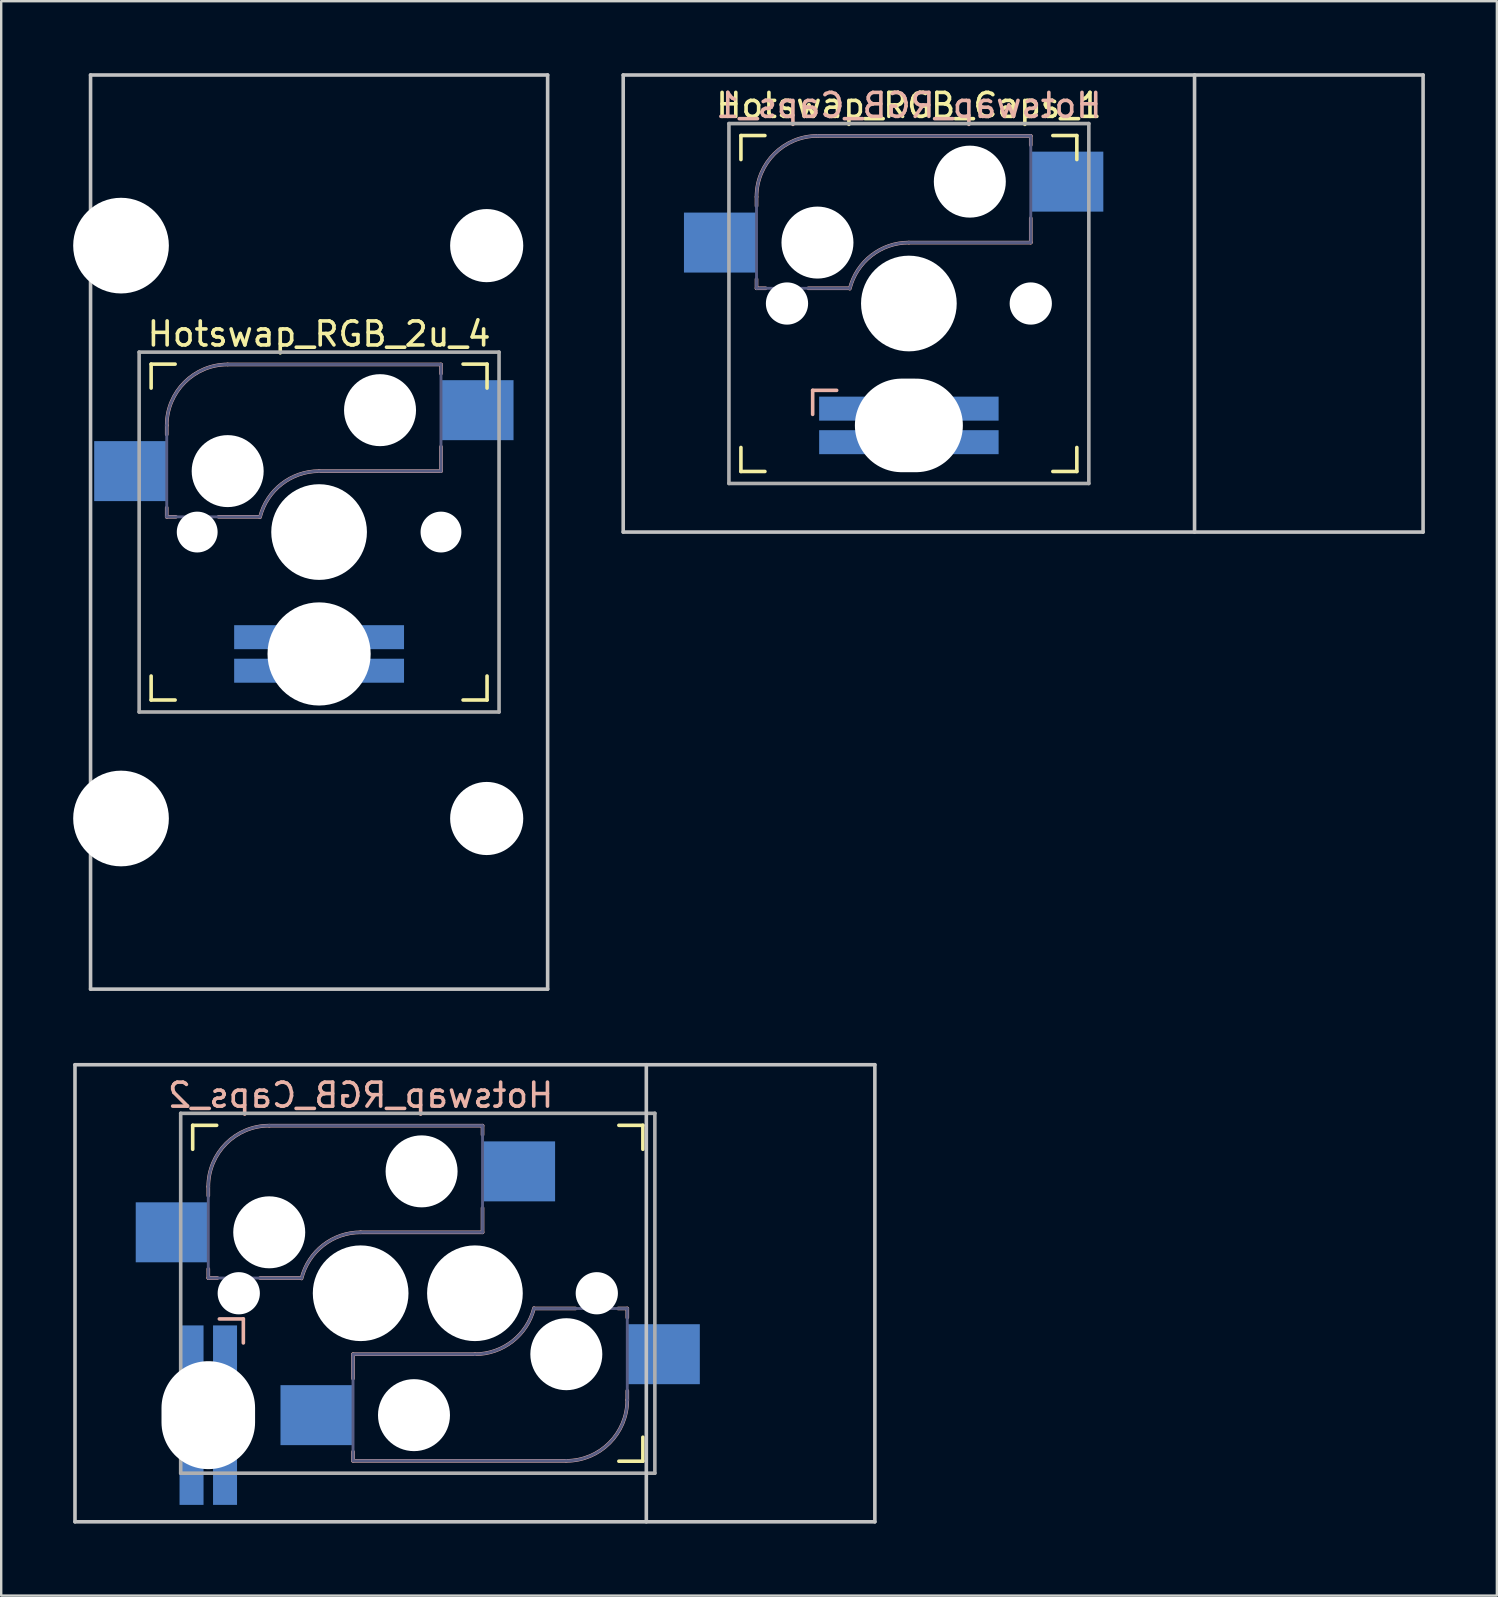
<source format=kicad_pcb>
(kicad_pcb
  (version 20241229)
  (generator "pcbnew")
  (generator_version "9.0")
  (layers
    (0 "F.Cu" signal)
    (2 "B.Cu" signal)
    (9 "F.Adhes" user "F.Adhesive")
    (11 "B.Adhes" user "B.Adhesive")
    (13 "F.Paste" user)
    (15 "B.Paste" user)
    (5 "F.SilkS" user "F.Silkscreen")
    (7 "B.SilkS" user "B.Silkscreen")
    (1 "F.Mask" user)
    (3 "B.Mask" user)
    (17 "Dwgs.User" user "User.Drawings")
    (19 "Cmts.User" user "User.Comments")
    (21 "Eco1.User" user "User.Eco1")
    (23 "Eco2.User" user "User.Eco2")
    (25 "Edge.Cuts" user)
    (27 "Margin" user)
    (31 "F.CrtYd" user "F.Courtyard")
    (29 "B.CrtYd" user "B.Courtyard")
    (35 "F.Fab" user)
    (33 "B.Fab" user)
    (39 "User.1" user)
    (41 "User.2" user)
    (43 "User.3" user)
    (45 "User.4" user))
  (footprint "Hotswap_RGB_Caps_1"
    (layer "F.Cu")
    (at 34.83 9.6)
    (property "Reference" "Hotswap_RGB_Caps_1" (at 0 -8.255 0) (layer "F.SilkS") (effects (font (size 1 1) (thickness 0.15))))
    (attr through_hole)
    (fp_line (start -7 -6) (end -7 -7) (stroke (width 0.15) (type solid)) (layer "F.SilkS"))
    (fp_line (start -7 7) (end -7 6) (stroke (width 0.15) (type solid)) (layer "F.SilkS"))
    (fp_line (start -7 7) (end -6 7) (stroke (width 0.15) (type solid)) (layer "F.SilkS"))
    (fp_line (start -6 -7) (end -7 -7) (stroke (width 0.15) (type solid)) (layer "F.SilkS"))
    (fp_line (start 6 7) (end 7 7) (stroke (width 0.15) (type solid)) (layer "F.SilkS"))
    (fp_line (start 7 -7) (end 6 -7) (stroke (width 0.15) (type solid)) (layer "F.SilkS"))
    (fp_line (start 7 -7) (end 7 -6) (stroke (width 0.15) (type solid)) (layer "F.SilkS"))
    (fp_line (start 7 6) (end 7 7) (stroke (width 0.15) (type solid)) (layer "F.SilkS"))
    (fp_line (start -6.35 -4.445) (end -6.35 -4.064) (stroke (width 0.15) (type solid)) (layer "B.SilkS"))
    (fp_line (start -6.35 -1.016) (end -6.35 -0.635) (stroke (width 0.15) (type solid)) (layer "B.SilkS"))
    (fp_line (start -6.35 -0.635) (end -5.969 -0.635) (stroke (width 0.15) (type solid)) (layer "B.SilkS"))
    (fp_line (start -4.191 -0.635) (end -2.54 -0.635) (stroke (width 0.15) (type solid)) (layer "B.SilkS"))
    (fp_line (start -4.01 4.62) (end -4.01 3.619) (stroke (width 0.15) (type solid)) (layer "B.SilkS"))
    (fp_line (start -3.01 3.619) (end -4.01 3.619) (stroke (width 0.15) (type solid)) (layer "B.SilkS"))
    (fp_line (start 0 -2.54) (end 5.08 -2.54) (stroke (width 0.15) (type solid)) (layer "B.SilkS"))
    (fp_line (start 5.08 -6.985) (end -3.81 -6.985) (stroke (width 0.15) (type solid)) (layer "B.SilkS"))
    (fp_line (start 5.08 -6.604) (end 5.08 -6.985) (stroke (width 0.15) (type solid)) (layer "B.SilkS"))
    (fp_line (start 5.08 -2.54) (end 5.08 -3.556) (stroke (width 0.15) (type solid)) (layer "B.SilkS"))
    (fp_arc (start -6.35 -4.445) (mid -5.606051 -6.241051) (end -3.81 -6.985) (stroke (width 0.15) (type solid)) (layer "B.SilkS"))
    (fp_arc (start -2.464162 -0.61604) (mid -1.563147 -2.002042) (end 0 -2.54) (stroke (width 0.15) (type solid)) (layer "B.SilkS"))
    (fp_line (start -11.906 -9.525) (end 21.431 -9.525) (stroke (width 0.15) (type solid)) (layer "Dwgs.User"))
    (fp_line (start -11.906 9.525) (end -11.906 -9.525) (stroke (width 0.15) (type solid)) (layer "Dwgs.User"))
    (fp_line (start -11.906 9.525) (end 21.431 9.525) (stroke (width 0.15) (type solid)) (layer "Dwgs.User"))
    (fp_line (start 11.906 -9.525) (end 11.906 9.525) (stroke (width 0.15) (type solid)) (layer "Dwgs.User"))
    (fp_line (start 21.431 -9.525) (end 21.431 9.525) (stroke (width 0.15) (type solid)) (layer "Dwgs.User"))
    (fp_line (start -6.9 6.9) (end -6.9 -6.9) (stroke (width 0.15) (type solid)) (layer "Eco2.User"))
    (fp_line (start -6.9 6.9) (end 6.9 6.9) (stroke (width 0.15) (type solid)) (layer "Eco2.User"))
    (fp_line (start 6.9 -6.9) (end -6.9 -6.9) (stroke (width 0.15) (type solid)) (layer "Eco2.User"))
    (fp_line (start 6.9 -6.9) (end 6.9 6.9) (stroke (width 0.15) (type solid)) (layer "Eco2.User"))
    (fp_line (start -6.35 -4.445) (end -6.35 -0.635) (stroke (width 0.12) (type solid)) (layer "B.Fab"))
    (fp_line (start -6.35 -0.635) (end -2.54 -0.635) (stroke (width 0.12) (type solid)) (layer "B.Fab"))
    (fp_line (start 0 -2.54) (end 5.08 -2.54) (stroke (width 0.12) (type solid)) (layer "B.Fab"))
    (fp_line (start 5.08 -6.985) (end -3.81 -6.985) (stroke (width 0.12) (type solid)) (layer "B.Fab"))
    (fp_line (start 5.08 -2.54) (end 5.08 -6.985) (stroke (width 0.12) (type solid)) (layer "B.Fab"))
    (fp_arc (start -6.35 -4.445) (mid -5.606051 -6.241051) (end -3.81 -6.985) (stroke (width 0.12) (type solid)) (layer "B.Fab"))
    (fp_arc (start -2.464162 -0.61604) (mid -1.563147 -2.002042) (end 0 -2.54) (stroke (width 0.12) (type solid)) (layer "B.Fab"))
    (fp_line (start -7.5 -7.5) (end 7.5 -7.5) (stroke (width 0.15) (type solid)) (layer "F.Fab"))
    (fp_line (start -7.5 7.5) (end -7.5 -7.5) (stroke (width 0.15) (type solid)) (layer "F.Fab"))
    (fp_line (start 7.5 -7.5) (end 7.5 7.5) (stroke (width 0.15) (type solid)) (layer "F.Fab"))
    (fp_line (start 7.5 7.5) (end -7.5 7.5) (stroke (width 0.15) (type solid)) (layer "F.Fab"))
    (fp_text user "${REFERENCE}" (at 0 -8.255 0) (layer "B.SilkS") (effects (font (size 1 1) (thickness 0.15)) (justify mirror)))
    (pad "" np_thru_hole circle (at -5.08 0 180) (size 1.76 1.76) (drill 1.76) (layers "*.Cu" "*.Mask"))
    (pad "" np_thru_hole circle (at -3.81 -2.54 180) (size 3 3) (drill 3) (layers "*.Cu" "*.Mask"))
    (pad "" np_thru_hole circle (at 0 0 180) (size 3.988 3.988) (drill 3.988) (layers "*.Cu" "*.Mask"))
    (pad "" np_thru_hole oval (at 0 5.08 180) (size 4.5 3.9) (drill oval 4.5 3.9) (layers "*.Cu" "*.Mask"))
    (pad "" np_thru_hole circle (at 2.54 -5.08 180) (size 3 3) (drill 3) (layers "*.Cu" "*.Mask"))
    (pad "" np_thru_hole circle (at 5.08 0 180) (size 1.76 1.76) (drill 1.76) (layers "*.Cu" "*.Mask"))
    (pad "1" smd rect (at -7.874 -2.54 180) (size 3 2.5) (layers "B.Cu" "B.Mask" "B.Paste"))
    (pad "2" smd rect (at 6.604 -5.08 180) (size 3 2.5) (layers "B.Cu" "B.Mask" "B.Paste"))
    (pad "A" smd rect (at -2.74 4.381 270) (size 1 2) (layers "B.Cu" "B.Mask" "B.Paste"))
    (pad "B" smd rect (at -2.74 5.779 270) (size 1 2) (layers "B.Cu" "B.Mask" "B.Paste"))
    (pad "G" smd rect (at 2.74 5.779 270) (size 1 2) (layers "B.Cu" "B.Mask" "B.Paste"))
    (pad "R" smd rect (at 2.74 4.381 270) (size 1 2) (layers "B.Cu" "B.Mask" "B.Paste")))
  (footprint "Hotswap_RGB_2u_4"
    (layer "F.Cu")
    (at 10.249 19.125)
    (property "Reference" "Hotswap_RGB_2u_4" (at 0 -8.255 0) (layer "F.SilkS") (effects (font (size 1 1) (thickness 0.15))))
    (attr through_hole)
    (fp_line (start -7 -6) (end -7 -7) (stroke (width 0.15) (type solid)) (layer "F.SilkS"))
    (fp_line (start -7 7) (end -7 6) (stroke (width 0.15) (type solid)) (layer "F.SilkS"))
    (fp_line (start -7 7) (end -6 7) (stroke (width 0.15) (type solid)) (layer "F.SilkS"))
    (fp_line (start -6 -7) (end -7 -7) (stroke (width 0.15) (type solid)) (layer "F.SilkS"))
    (fp_line (start 6 7) (end 7 7) (stroke (width 0.15) (type solid)) (layer "F.SilkS"))
    (fp_line (start 7 -7) (end 6 -7) (stroke (width 0.15) (type solid)) (layer "F.SilkS"))
    (fp_line (start 7 -7) (end 7 -6) (stroke (width 0.15) (type solid)) (layer "F.SilkS"))
    (fp_line (start 7 6) (end 7 7) (stroke (width 0.15) (type solid)) (layer "F.SilkS"))
    (fp_line (start -6.35 -4.445) (end -6.35 -4.064) (stroke (width 0.15) (type solid)) (layer "B.SilkS"))
    (fp_line (start -6.35 -1.016) (end -6.35 -0.635) (stroke (width 0.15) (type solid)) (layer "B.SilkS"))
    (fp_line (start -6.35 -0.635) (end -5.969 -0.635) (stroke (width 0.15) (type solid)) (layer "B.SilkS"))
    (fp_line (start -4.191 -0.635) (end -2.54 -0.635) (stroke (width 0.15) (type solid)) (layer "B.SilkS"))
    (fp_line (start 0 -2.54) (end 5.08 -2.54) (stroke (width 0.15) (type solid)) (layer "B.SilkS"))
    (fp_line (start 5.08 -6.985) (end -3.81 -6.985) (stroke (width 0.15) (type solid)) (layer "B.SilkS"))
    (fp_line (start 5.08 -6.604) (end 5.08 -6.985) (stroke (width 0.15) (type solid)) (layer "B.SilkS"))
    (fp_line (start 5.08 -2.54) (end 5.08 -3.556) (stroke (width 0.15) (type solid)) (layer "B.SilkS"))
    (fp_arc (start -6.35 -4.445) (mid -5.606051 -6.241051) (end -3.81 -6.985) (stroke (width 0.15) (type solid)) (layer "B.SilkS"))
    (fp_arc (start -2.464162 -0.61604) (mid -1.563147 -2.002042) (end 0 -2.54) (stroke (width 0.15) (type solid)) (layer "B.SilkS"))
    (fp_line (start -9.525 -19.05) (end 9.525 -19.05) (stroke (width 0.15) (type solid)) (layer "Dwgs.User"))
    (fp_line (start -9.525 19.05) (end -9.525 -19.05) (stroke (width 0.15) (type solid)) (layer "Dwgs.User"))
    (fp_line (start 9.525 -19.05) (end 9.525 19.05) (stroke (width 0.15) (type solid)) (layer "Dwgs.User"))
    (fp_line (start 9.525 19.05) (end -9.525 19.05) (stroke (width 0.15) (type solid)) (layer "Dwgs.User"))
    (fp_line (start -6.9 6.9) (end -6.9 -6.9) (stroke (width 0.15) (type solid)) (layer "Eco2.User"))
    (fp_line (start -6.9 6.9) (end 6.9 6.9) (stroke (width 0.15) (type solid)) (layer "Eco2.User"))
    (fp_line (start -6.096 -13.589) (end -6.096 -10.287) (stroke (width 0.152) (type solid)) (layer "Eco2.User"))
    (fp_line (start -6.096 -10.287) (end 5.334 -10.287) (stroke (width 0.152) (type solid)) (layer "Eco2.User"))
    (fp_line (start -6.096 10.287) (end -6.096 13.589) (stroke (width 0.152) (type solid)) (layer "Eco2.User"))
    (fp_line (start -6.096 13.589) (end 5.334 13.589) (stroke (width 0.152) (type solid)) (layer "Eco2.User"))
    (fp_line (start 5.334 -13.589) (end -6.096 -13.589) (stroke (width 0.152) (type solid)) (layer "Eco2.User"))
    (fp_line (start 5.334 -10.287) (end 5.334 -13.589) (stroke (width 0.152) (type solid)) (layer "Eco2.User"))
    (fp_line (start 5.334 10.287) (end -6.096 10.287) (stroke (width 0.152) (type solid)) (layer "Eco2.User"))
    (fp_line (start 5.334 13.589) (end 5.334 10.287) (stroke (width 0.152) (type solid)) (layer "Eco2.User"))
    (fp_line (start 6.9 -6.9) (end -6.9 -6.9) (stroke (width 0.15) (type solid)) (layer "Eco2.User"))
    (fp_line (start 6.9 -6.9) (end 6.9 6.9) (stroke (width 0.15) (type solid)) (layer "Eco2.User"))
    (fp_line (start -6.35 -4.445) (end -6.35 -0.635) (stroke (width 0.12) (type solid)) (layer "B.Fab"))
    (fp_line (start -6.35 -0.635) (end -2.54 -0.635) (stroke (width 0.12) (type solid)) (layer "B.Fab"))
    (fp_line (start 0 -2.54) (end 5.08 -2.54) (stroke (width 0.12) (type solid)) (layer "B.Fab"))
    (fp_line (start 5.08 -6.985) (end -3.81 -6.985) (stroke (width 0.12) (type solid)) (layer "B.Fab"))
    (fp_line (start 5.08 -2.54) (end 5.08 -6.985) (stroke (width 0.12) (type solid)) (layer "B.Fab"))
    (fp_arc (start -6.35 -4.445) (mid -5.606051 -6.241051) (end -3.81 -6.985) (stroke (width 0.12) (type solid)) (layer "B.Fab"))
    (fp_arc (start -2.464162 -0.61604) (mid -1.563147 -2.002042) (end 0 -2.54) (stroke (width 0.12) (type solid)) (layer "B.Fab"))
    (fp_line (start -7.5 -7.5) (end 7.5 -7.5) (stroke (width 0.15) (type solid)) (layer "F.Fab"))
    (fp_line (start -7.5 7.5) (end -7.5 -7.5) (stroke (width 0.15) (type solid)) (layer "F.Fab"))
    (fp_line (start 7.5 -7.5) (end 7.5 7.5) (stroke (width 0.15) (type solid)) (layer "F.Fab"))
    (fp_line (start 7.5 7.5) (end -7.5 7.5) (stroke (width 0.15) (type solid)) (layer "F.Fab"))
    (pad "" np_thru_hole circle (at -8.255 -11.938 270) (size 3.988 3.988) (drill 3.988) (layers "*.Cu" "*.Mask"))
    (pad "" np_thru_hole circle (at -8.255 11.938 270) (size 3.988 3.988) (drill 3.988) (layers "*.Cu" "*.Mask"))
    (pad "" np_thru_hole circle (at -5.08 0 180) (size 1.702 1.702) (drill 1.702) (layers "*.Cu" "*.Mask"))
    (pad "" np_thru_hole circle (at -3.81 -2.54 180) (size 3 3) (drill 3) (layers "*.Cu" "*.Mask"))
    (pad "" np_thru_hole circle (at 0 0 180) (size 3.988 3.988) (drill 3.988) (layers "*.Cu" "*.Mask"))
    (pad "" np_thru_hole circle (at 0 5.08 180) (size 4.3 4.3) (drill 4.3) (layers "*.Cu" "*.Mask"))
    (pad "" np_thru_hole circle (at 2.54 -5.08 180) (size 3 3) (drill 3) (layers "*.Cu" "*.Mask"))
    (pad "" np_thru_hole circle (at 5.08 0 180) (size 1.702 1.702) (drill 1.702) (layers "*.Cu" "*.Mask"))
    (pad "" np_thru_hole circle (at 6.985 -11.938 270) (size 3.048 3.048) (drill 3.048) (layers "*.Cu" "*.Mask"))
    (pad "" np_thru_hole circle (at 6.985 11.938 270) (size 3.048 3.048) (drill 3.048) (layers "*.Cu" "*.Mask"))
    (pad "1" smd rect (at -7.874 -2.54 180) (size 3 2.5) (layers "B.Cu" "B.Mask"))
    (pad "2" smd rect (at 6.604 -5.08 180) (size 3 2.5) (layers "B.Cu" "B.Mask"))
    (pad "A" smd rect (at -2.54 4.381 270) (size 1 2) (layers "B.Cu" "B.Mask"))
    (pad "B" smd rect (at -2.54 5.779 270) (size 1 2) (layers "B.Cu" "B.Mask"))
    (pad "G" smd rect (at 2.54 5.779 270) (size 1 2) (layers "B.Cu" "B.Mask"))
    (pad "R" smd rect (at 2.54 4.381 270) (size 1 2) (layers "B.Cu" "B.Mask")))
  (footprint "Hotswap_RGB_Caps_2"
    (layer "F.Cu")
    (at 11.981 50.85)
    (property "Reference" "Hotswap_RGB_Caps_2" (at 0 -8.255 0) (layer "B.SilkS") (effects (font (size 1 1) (thickness 0.15)) (justify mirror)))
    (attr through_hole)
    (fp_line (start -7 -6) (end -7 -7) (stroke (width 0.15) (type solid)) (layer "F.SilkS"))
    (fp_line (start -6 -7) (end -7 -7) (stroke (width 0.15) (type solid)) (layer "F.SilkS"))
    (fp_line (start 10.762 7) (end 11.762 7) (stroke (width 0.15) (type solid)) (layer "F.SilkS"))
    (fp_line (start 11.762 -7) (end 10.762 -7) (stroke (width 0.15) (type solid)) (layer "F.SilkS"))
    (fp_line (start 11.762 -7) (end 11.762 -6) (stroke (width 0.15) (type solid)) (layer "F.SilkS"))
    (fp_line (start 11.762 6) (end 11.762 7) (stroke (width 0.15) (type solid)) (layer "F.SilkS"))
    (fp_line (start -6.35 -4.445) (end -6.35 -4.064) (stroke (width 0.15) (type solid)) (layer "B.SilkS"))
    (fp_line (start -6.35 -1.016) (end -6.35 -0.635) (stroke (width 0.15) (type solid)) (layer "B.SilkS"))
    (fp_line (start -6.35 -0.635) (end -5.969 -0.635) (stroke (width 0.15) (type solid)) (layer "B.SilkS"))
    (fp_line (start -4.889 1.07) (end -5.889 1.07) (stroke (width 0.15) (type solid)) (layer "B.SilkS"))
    (fp_line (start -4.889 1.07) (end -4.889 2.07) (stroke (width 0.15) (type solid)) (layer "B.SilkS"))
    (fp_line (start -4.191 -0.635) (end -2.54 -0.635) (stroke (width 0.15) (type solid)) (layer "B.SilkS"))
    (fp_line (start -0.318 2.54) (end -0.318 3.556) (stroke (width 0.15) (type solid)) (layer "B.SilkS"))
    (fp_line (start -0.318 6.604) (end -0.318 6.985) (stroke (width 0.15) (type solid)) (layer "B.SilkS"))
    (fp_line (start -0.318 6.985) (end 8.572 6.985) (stroke (width 0.15) (type solid)) (layer "B.SilkS"))
    (fp_line (start 0 -2.54) (end 5.08 -2.54) (stroke (width 0.15) (type solid)) (layer "B.SilkS"))
    (fp_line (start 4.763 2.54) (end -0.318 2.54) (stroke (width 0.15) (type solid)) (layer "B.SilkS"))
    (fp_line (start 5.08 -6.985) (end -3.81 -6.985) (stroke (width 0.15) (type solid)) (layer "B.SilkS"))
    (fp_line (start 5.08 -6.604) (end 5.08 -6.985) (stroke (width 0.15) (type solid)) (layer "B.SilkS"))
    (fp_line (start 5.08 -2.54) (end 5.08 -3.556) (stroke (width 0.15) (type solid)) (layer "B.SilkS"))
    (fp_line (start 8.954 0.635) (end 7.303 0.635) (stroke (width 0.15) (type solid)) (layer "B.SilkS"))
    (fp_line (start 11.113 0.635) (end 10.732 0.635) (stroke (width 0.15) (type solid)) (layer "B.SilkS"))
    (fp_line (start 11.113 1.016) (end 11.113 0.635) (stroke (width 0.15) (type solid)) (layer "B.SilkS"))
    (fp_line (start 11.113 4.445) (end 11.113 4.064) (stroke (width 0.15) (type solid)) (layer "B.SilkS"))
    (fp_arc (start -6.35 -4.445) (mid -5.606051 -6.241051) (end -3.81 -6.985) (stroke (width 0.15) (type solid)) (layer "B.SilkS"))
    (fp_arc (start -2.464162 -0.61604) (mid -1.563147 -2.002042) (end 0 -2.54) (stroke (width 0.15) (type solid)) (layer "B.SilkS"))
    (fp_arc (start 7.226662 0.61604) (mid 6.325647 2.002042) (end 4.7625 2.54) (stroke (width 0.15) (type solid)) (layer "B.SilkS"))
    (fp_arc (start 11.1125 4.445) (mid 10.368551 6.241051) (end 8.5725 6.985) (stroke (width 0.15) (type solid)) (layer "B.SilkS"))
    (fp_line (start -11.906 9.525) (end -11.906 -9.525) (stroke (width 0.15) (type solid)) (layer "Dwgs.User"))
    (fp_line (start 11.906 -9.525) (end 11.906 9.525) (stroke (width 0.15) (type solid)) (layer "Dwgs.User"))
    (fp_line (start 21.431 -9.525) (end -11.906 -9.525) (stroke (width 0.15) (type solid)) (layer "Dwgs.User"))
    (fp_line (start 21.431 -9.525) (end 21.431 9.525) (stroke (width 0.15) (type solid)) (layer "Dwgs.User"))
    (fp_line (start 21.431 9.525) (end -11.906 9.525) (stroke (width 0.15) (type solid)) (layer "Dwgs.User"))
    (fp_line (start -6.9 6.9) (end -6.9 -6.9) (stroke (width 0.15) (type solid)) (layer "Eco2.User"))
    (fp_line (start -6.9 6.9) (end 6.9 6.9) (stroke (width 0.15) (type solid)) (layer "Eco2.User"))
    (fp_line (start -2.138 6.9) (end 11.662 6.9) (stroke (width 0.15) (type solid)) (layer "Eco2.User"))
    (fp_line (start 6.9 -6.9) (end -6.9 -6.9) (stroke (width 0.15) (type solid)) (layer "Eco2.User"))
    (fp_line (start 11.662 -6.9) (end -2.138 -6.9) (stroke (width 0.15) (type solid)) (layer "Eco2.User"))
    (fp_line (start 11.662 -6.9) (end 11.662 6.9) (stroke (width 0.15) (type solid)) (layer "Eco2.User"))
    (fp_line (start -6.35 -4.445) (end -6.35 -0.635) (stroke (width 0.12) (type solid)) (layer "B.Fab"))
    (fp_line (start -6.35 -0.635) (end -2.54 -0.635) (stroke (width 0.12) (type solid)) (layer "B.Fab"))
    (fp_line (start -0.318 2.54) (end -0.318 6.985) (stroke (width 0.12) (type solid)) (layer "B.Fab"))
    (fp_line (start -0.318 6.985) (end 8.572 6.985) (stroke (width 0.12) (type solid)) (layer "B.Fab"))
    (fp_line (start 0 -2.54) (end 5.08 -2.54) (stroke (width 0.12) (type solid)) (layer "B.Fab"))
    (fp_line (start 4.763 2.54) (end -0.318 2.54) (stroke (width 0.12) (type solid)) (layer "B.Fab"))
    (fp_line (start 5.08 -6.985) (end -3.81 -6.985) (stroke (width 0.12) (type solid)) (layer "B.Fab"))
    (fp_line (start 5.08 -2.54) (end 5.08 -6.985) (stroke (width 0.12) (type solid)) (layer "B.Fab"))
    (fp_line (start 11.113 0.635) (end 7.303 0.635) (stroke (width 0.12) (type solid)) (layer "B.Fab"))
    (fp_line (start 11.113 4.445) (end 11.113 0.635) (stroke (width 0.12) (type solid)) (layer "B.Fab"))
    (fp_arc (start -6.35 -4.445) (mid -5.606051 -6.241051) (end -3.81 -6.985) (stroke (width 0.12) (type solid)) (layer "B.Fab"))
    (fp_arc (start -2.464162 -0.61604) (mid -1.563147 -2.002042) (end 0 -2.54) (stroke (width 0.12) (type solid)) (layer "B.Fab"))
    (fp_arc (start 7.226662 0.61604) (mid 6.325647 2.002042) (end 4.7625 2.54) (stroke (width 0.12) (type solid)) (layer "B.Fab"))
    (fp_arc (start 11.1125 4.445) (mid 10.368551 6.241051) (end 8.5725 6.985) (stroke (width 0.12) (type solid)) (layer "B.Fab"))
    (fp_line (start -7.5 -7.5) (end 12.262 -7.5) (stroke (width 0.15) (type solid)) (layer "F.Fab"))
    (fp_line (start -7.5 7.5) (end -7.5 -7.5) (stroke (width 0.15) (type solid)) (layer "F.Fab"))
    (fp_line (start 12.262 -7.5) (end 12.262 7.5) (stroke (width 0.15) (type solid)) (layer "F.Fab"))
    (fp_line (start 12.262 7.5) (end -7.5 7.5) (stroke (width 0.15) (type solid)) (layer "F.Fab"))
    (pad "" np_thru_hole oval (at -6.35 5.08 90) (size 4.5 3.9) (drill oval 4.5 3.9) (layers "*.Cu" "*.Mask"))
    (pad "" np_thru_hole circle (at -5.08 0 180) (size 1.76 1.76) (drill 1.76) (layers "*.Cu" "*.Mask"))
    (pad "" np_thru_hole circle (at -3.81 -2.54 180) (size 3 3) (drill 3) (layers "*.Cu" "*.Mask"))
    (pad "" np_thru_hole circle (at 0 0 180) (size 3.988 3.988) (drill 3.988) (layers "*.Cu" "*.Mask"))
    (pad "" np_thru_hole circle (at 2.223 5.08) (size 3 3) (drill 3) (layers "*.Cu" "*.Mask"))
    (pad "" np_thru_hole circle (at 2.54 -5.08 180) (size 3 3) (drill 3) (layers "*.Cu" "*.Mask"))
    (pad "" np_thru_hole circle (at 4.763 0) (size 3.988 3.988) (drill 3.988) (layers "*.Cu" "*.Mask"))
    (pad "" np_thru_hole circle (at 8.572 2.54) (size 3 3) (drill 3) (layers "*.Cu" "*.Mask"))
    (pad "" np_thru_hole circle (at 9.842 0) (size 1.76 1.76) (drill 1.76) (layers "*.Cu" "*.Mask"))
    (pad "1" smd rect (at -7.874 -2.54 180) (size 3 2.5) (layers "B.Cu" "B.Mask"))
    (pad "1" smd rect (at -1.841 5.08) (size 3 2.5) (layers "B.Cu" "B.Mask"))
    (pad "2" smd rect (at 6.604 -5.08 180) (size 3 2.5) (layers "B.Cu" "B.Mask"))
    (pad "2" smd rect (at 12.636 2.54) (size 3 2.5) (layers "B.Cu" "B.Mask"))
    (pad "A" smd rect (at -5.652 2.34 180) (size 1 2) (layers "B.Cu" "B.Mask"))
    (pad "B" smd rect (at -7.048 2.34 180) (size 1 2) (layers "B.Cu" "B.Mask"))
    (pad "G" smd rect (at -7.048 7.82 180) (size 1 2) (layers "B.Cu" "B.Mask"))
    (pad "R" smd rect (at -5.652 7.82 180) (size 1 2) (layers "B.Cu" "B.Mask")))
  (gr_rect
    (start -3 -3)
    (end 59.336 63.45)
    (stroke (width 0.1) (type default))
    (fill no)
    (layer "Edge.Cuts")))
</source>
